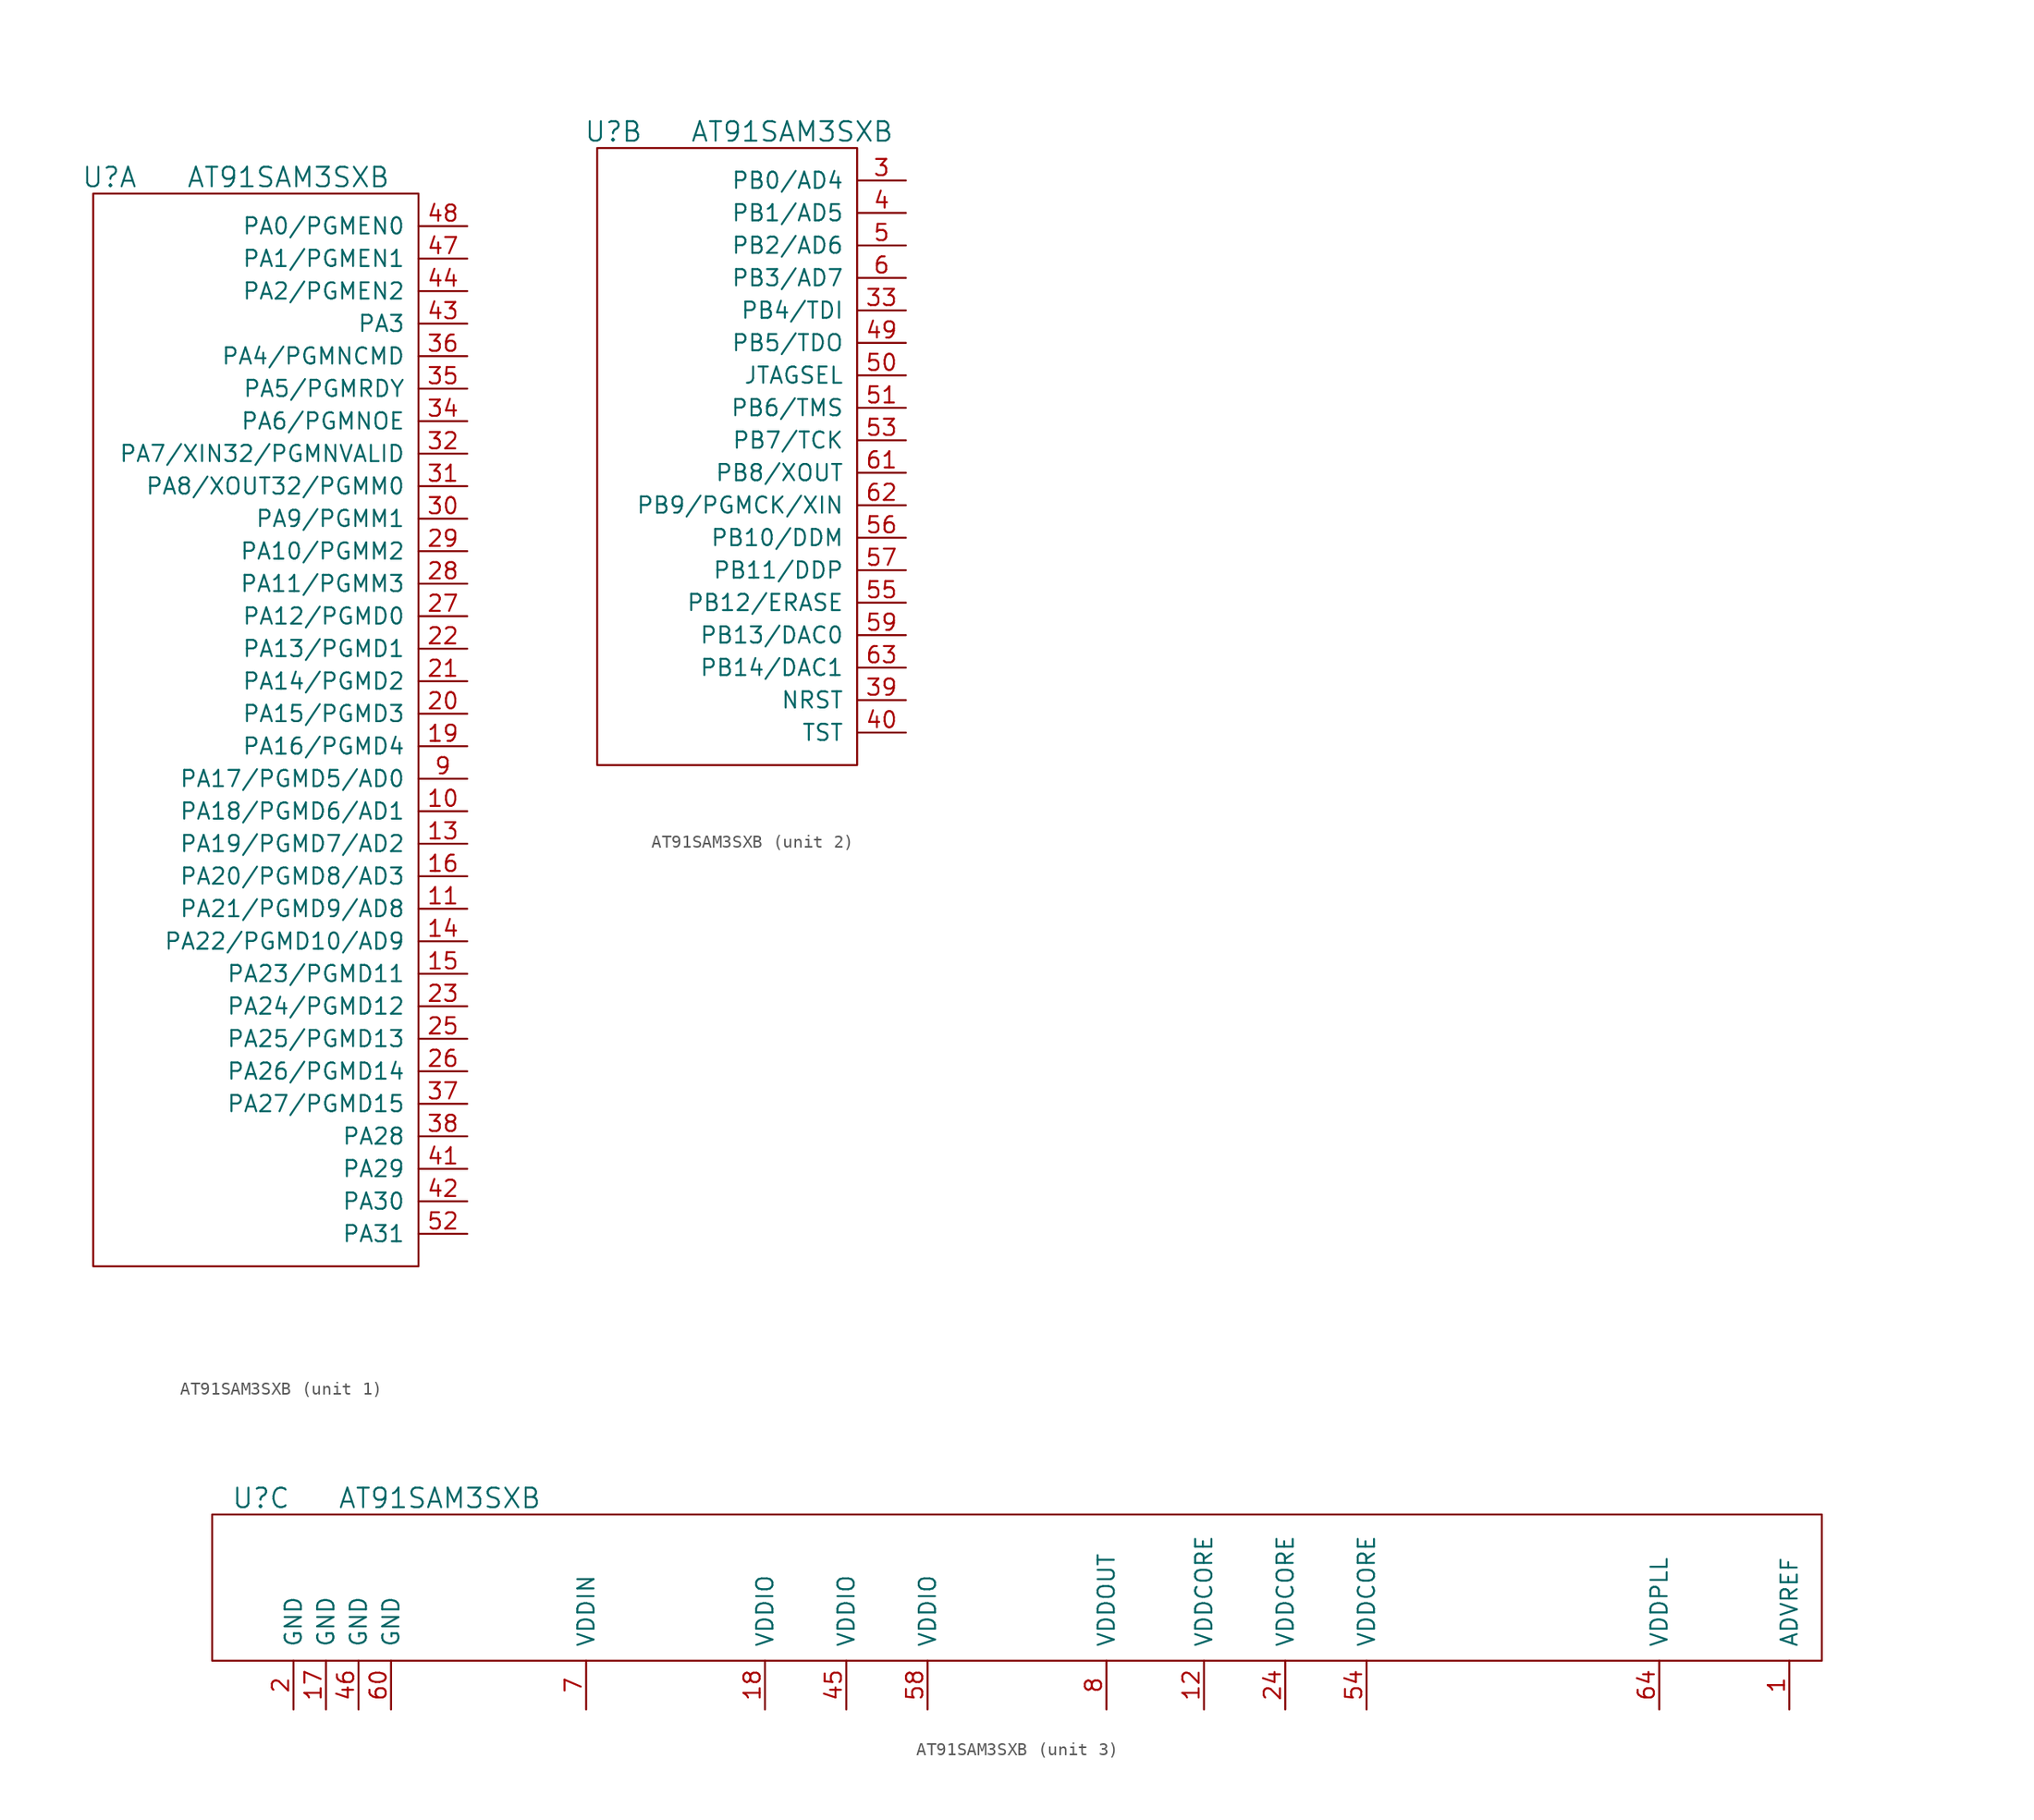
<source format=kicad_sym>
(kicad_symbol_lib
  (version 20211014)
  (generator kicad_symbol_editor)
  (symbol "AT91SAM3SXB"
    (pin_names
      (offset 1.016))
    (property "Reference" "U"
      (at 1.27 1.27 0)
      (effects (font (size 1.524 1.524))))
    (property "Value" "AT91SAM3SXB"
      (at 15.24 1.27 0)
      (effects (font (size 1.524 1.524))))
    (property "Footprint" ""
      (at 0 0 0)
      (effects (font (size 1.524 1.524))))
    (property "Datasheet" ""
      (at 0 0 0)
      (effects (font (size 1.524 1.524))))
    (symbol "AT91SAM3SXB_1_1"
      (rectangle (start 25.4 0) (end 0 -83.82) (stroke (width 0) (type default) (color 0 0 0 0)) (fill (type none)))
      (pin passive line (at 29.21 -48.26 180) (length 3.81) (name "PA18/PGMD6/AD1" (effects (font (size 1.27 1.27)))) (number "10" (effects (font (size 1.27 1.27)))))
      (pin passive line (at 29.21 -55.88 180) (length 3.81) (name "PA21/PGMD9/AD8" (effects (font (size 1.27 1.27)))) (number "11" (effects (font (size 1.27 1.27)))))
      (pin passive line (at 29.21 -50.8 180) (length 3.81) (name "PA19/PGMD7/AD2" (effects (font (size 1.27 1.27)))) (number "13" (effects (font (size 1.27 1.27)))))
      (pin passive line (at 29.21 -58.42 180) (length 3.81) (name "PA22/PGMD10/AD9" (effects (font (size 1.27 1.27)))) (number "14" (effects (font (size 1.27 1.27)))))
      (pin passive line (at 29.21 -60.96 180) (length 3.81) (name "PA23/PGMD11" (effects (font (size 1.27 1.27)))) (number "15" (effects (font (size 1.27 1.27)))))
      (pin passive line (at 29.21 -53.34 180) (length 3.81) (name "PA20/PGMD8/AD3" (effects (font (size 1.27 1.27)))) (number "16" (effects (font (size 1.27 1.27)))))
      (pin passive line (at 29.21 -43.18 180) (length 3.81) (name "PA16/PGMD4" (effects (font (size 1.27 1.27)))) (number "19" (effects (font (size 1.27 1.27)))))
      (pin passive line (at 29.21 -40.64 180) (length 3.81) (name "PA15/PGMD3" (effects (font (size 1.27 1.27)))) (number "20" (effects (font (size 1.27 1.27)))))
      (pin passive line (at 29.21 -38.1 180) (length 3.81) (name "PA14/PGMD2" (effects (font (size 1.27 1.27)))) (number "21" (effects (font (size 1.27 1.27)))))
      (pin passive line (at 29.21 -35.56 180) (length 3.81) (name "PA13/PGMD1" (effects (font (size 1.27 1.27)))) (number "22" (effects (font (size 1.27 1.27)))))
      (pin passive line (at 29.21 -63.5 180) (length 3.81) (name "PA24/PGMD12" (effects (font (size 1.27 1.27)))) (number "23" (effects (font (size 1.27 1.27)))))
      (pin passive line (at 29.21 -66.04 180) (length 3.81) (name "PA25/PGMD13" (effects (font (size 1.27 1.27)))) (number "25" (effects (font (size 1.27 1.27)))))
      (pin passive line (at 29.21 -68.58 180) (length 3.81) (name "PA26/PGMD14" (effects (font (size 1.27 1.27)))) (number "26" (effects (font (size 1.27 1.27)))))
      (pin passive line (at 29.21 -33.02 180) (length 3.81) (name "PA12/PGMD0" (effects (font (size 1.27 1.27)))) (number "27" (effects (font (size 1.27 1.27)))))
      (pin passive line (at 29.21 -30.48 180) (length 3.81) (name "PA11/PGMM3" (effects (font (size 1.27 1.27)))) (number "28" (effects (font (size 1.27 1.27)))))
      (pin passive line (at 29.21 -27.94 180) (length 3.81) (name "PA10/PGMM2" (effects (font (size 1.27 1.27)))) (number "29" (effects (font (size 1.27 1.27)))))
      (pin passive line (at 29.21 -25.4 180) (length 3.81) (name "PA9/PGMM1" (effects (font (size 1.27 1.27)))) (number "30" (effects (font (size 1.27 1.27)))))
      (pin passive line (at 29.21 -22.86 180) (length 3.81) (name "PA8/XOUT32/PGMM0" (effects (font (size 1.27 1.27)))) (number "31" (effects (font (size 1.27 1.27)))))
      (pin passive line (at 29.21 -20.32 180) (length 3.81) (name "PA7/XIN32/PGMNVALID" (effects (font (size 1.27 1.27)))) (number "32" (effects (font (size 1.27 1.27)))))
      (pin passive line (at 29.21 -17.78 180) (length 3.81) (name "PA6/PGMNOE" (effects (font (size 1.27 1.27)))) (number "34" (effects (font (size 1.27 1.27)))))
      (pin passive line (at 29.21 -15.24 180) (length 3.81) (name "PA5/PGMRDY" (effects (font (size 1.27 1.27)))) (number "35" (effects (font (size 1.27 1.27)))))
      (pin passive line (at 29.21 -12.7 180) (length 3.81) (name "PA4/PGMNCMD" (effects (font (size 1.27 1.27)))) (number "36" (effects (font (size 1.27 1.27)))))
      (pin passive line (at 29.21 -71.12 180) (length 3.81) (name "PA27/PGMD15" (effects (font (size 1.27 1.27)))) (number "37" (effects (font (size 1.27 1.27)))))
      (pin passive line (at 29.21 -73.66 180) (length 3.81) (name "PA28" (effects (font (size 1.27 1.27)))) (number "38" (effects (font (size 1.27 1.27)))))
      (pin passive line (at 29.21 -76.2 180) (length 3.81) (name "PA29" (effects (font (size 1.27 1.27)))) (number "41" (effects (font (size 1.27 1.27)))))
      (pin passive line (at 29.21 -78.74 180) (length 3.81) (name "PA30" (effects (font (size 1.27 1.27)))) (number "42" (effects (font (size 1.27 1.27)))))
      (pin passive line (at 29.21 -10.16 180) (length 3.81) (name "PA3" (effects (font (size 1.27 1.27)))) (number "43" (effects (font (size 1.27 1.27)))))
      (pin passive line (at 29.21 -7.62 180) (length 3.81) (name "PA2/PGMEN2" (effects (font (size 1.27 1.27)))) (number "44" (effects (font (size 1.27 1.27)))))
      (pin passive line (at 29.21 -5.08 180) (length 3.81) (name "PA1/PGMEN1" (effects (font (size 1.27 1.27)))) (number "47" (effects (font (size 1.27 1.27)))))
      (pin passive line (at 29.21 -2.54 180) (length 3.81) (name "PA0/PGMEN0" (effects (font (size 1.27 1.27)))) (number "48" (effects (font (size 1.27 1.27)))))
      (pin passive line (at 29.21 -81.28 180) (length 3.81) (name "PA31" (effects (font (size 1.27 1.27)))) (number "52" (effects (font (size 1.27 1.27)))))
      (pin passive line (at 29.21 -45.72 180) (length 3.81) (name "PA17/PGMD5/AD0" (effects (font (size 1.27 1.27)))) (number "9" (effects (font (size 1.27 1.27))))))
    (symbol "AT91SAM3SXB_2_1"
      (rectangle (start 20.32 0) (end 0 -48.26) (stroke (width 0) (type default) (color 0 0 0 0)) (fill (type none)))
      (pin passive line (at 24.13 -2.54 180) (length 3.81) (name "PB0/AD4" (effects (font (size 1.27 1.27)))) (number "3" (effects (font (size 1.27 1.27)))))
      (pin passive line (at 24.13 -12.7 180) (length 3.81) (name "PB4/TDI" (effects (font (size 1.27 1.27)))) (number "33" (effects (font (size 1.27 1.27)))))
      (pin passive line (at 24.13 -43.18 180) (length 3.81) (name "NRST" (effects (font (size 1.27 1.27)))) (number "39" (effects (font (size 1.27 1.27)))))
      (pin passive line (at 24.13 -5.08 180) (length 3.81) (name "PB1/AD5" (effects (font (size 1.27 1.27)))) (number "4" (effects (font (size 1.27 1.27)))))
      (pin passive line (at 24.13 -45.72 180) (length 3.81) (name "TST" (effects (font (size 1.27 1.27)))) (number "40" (effects (font (size 1.27 1.27)))))
      (pin passive line (at 24.13 -15.24 180) (length 3.81) (name "PB5/TDO" (effects (font (size 1.27 1.27)))) (number "49" (effects (font (size 1.27 1.27)))))
      (pin passive line (at 24.13 -7.62 180) (length 3.81) (name "PB2/AD6" (effects (font (size 1.27 1.27)))) (number "5" (effects (font (size 1.27 1.27)))))
      (pin passive line (at 24.13 -17.78 180) (length 3.81) (name "JTAGSEL" (effects (font (size 1.27 1.27)))) (number "50" (effects (font (size 1.27 1.27)))))
      (pin passive line (at 24.13 -20.32 180) (length 3.81) (name "PB6/TMS" (effects (font (size 1.27 1.27)))) (number "51" (effects (font (size 1.27 1.27)))))
      (pin passive line (at 24.13 -22.86 180) (length 3.81) (name "PB7/TCK" (effects (font (size 1.27 1.27)))) (number "53" (effects (font (size 1.27 1.27)))))
      (pin passive line (at 24.13 -35.56 180) (length 3.81) (name "PB12/ERASE" (effects (font (size 1.27 1.27)))) (number "55" (effects (font (size 1.27 1.27)))))
      (pin passive line (at 24.13 -30.48 180) (length 3.81) (name "PB10/DDM" (effects (font (size 1.27 1.27)))) (number "56" (effects (font (size 1.27 1.27)))))
      (pin passive line (at 24.13 -33.02 180) (length 3.81) (name "PB11/DDP" (effects (font (size 1.27 1.27)))) (number "57" (effects (font (size 1.27 1.27)))))
      (pin passive line (at 24.13 -38.1 180) (length 3.81) (name "PB13/DAC0" (effects (font (size 1.27 1.27)))) (number "59" (effects (font (size 1.27 1.27)))))
      (pin passive line (at 24.13 -10.16 180) (length 3.81) (name "PB3/AD7" (effects (font (size 1.27 1.27)))) (number "6" (effects (font (size 1.27 1.27)))))
      (pin passive line (at 24.13 -25.4 180) (length 3.81) (name "PB8/XOUT" (effects (font (size 1.27 1.27)))) (number "61" (effects (font (size 1.27 1.27)))))
      (pin passive line (at 24.13 -27.94 180) (length 3.81) (name "PB9/PGMCK/XIN" (effects (font (size 1.27 1.27)))) (number "62" (effects (font (size 1.27 1.27)))))
      (pin passive line (at 24.13 -40.64 180) (length 3.81) (name "PB14/DAC1" (effects (font (size 1.27 1.27)))) (number "63" (effects (font (size 1.27 1.27))))))
    (symbol "AT91SAM3SXB_3_1"
      (rectangle (start -2.54 0) (end 123.19 -11.43) (stroke (width 0) (type default) (color 0 0 0 0)) (fill (type none)))
      (pin passive line (at 120.65 -15.24 90) (length 3.81) (name "ADVREF" (effects (font (size 1.27 1.27)))) (number "1" (effects (font (size 1.27 1.27)))))
      (pin passive line (at 74.93 -15.24 90) (length 3.81) (name "VDDCORE" (effects (font (size 1.27 1.27)))) (number "12" (effects (font (size 1.27 1.27)))))
      (pin passive line (at 6.35 -15.24 90) (length 3.81) (name "GND" (effects (font (size 1.27 1.27)))) (number "17" (effects (font (size 1.27 1.27)))))
      (pin passive line (at 40.64 -15.24 90) (length 3.81) (name "VDDIO" (effects (font (size 1.27 1.27)))) (number "18" (effects (font (size 1.27 1.27)))))
      (pin passive line (at 3.81 -15.24 90) (length 3.81) (name "GND" (effects (font (size 1.27 1.27)))) (number "2" (effects (font (size 1.27 1.27)))))
      (pin passive line (at 81.28 -15.24 90) (length 3.81) (name "VDDCORE" (effects (font (size 1.27 1.27)))) (number "24" (effects (font (size 1.27 1.27)))))
      (pin passive line (at 46.99 -15.24 90) (length 3.81) (name "VDDIO" (effects (font (size 1.27 1.27)))) (number "45" (effects (font (size 1.27 1.27)))))
      (pin passive line (at 8.89 -15.24 90) (length 3.81) (name "GND" (effects (font (size 1.27 1.27)))) (number "46" (effects (font (size 1.27 1.27)))))
      (pin passive line (at 87.63 -15.24 90) (length 3.81) (name "VDDCORE" (effects (font (size 1.27 1.27)))) (number "54" (effects (font (size 1.27 1.27)))))
      (pin passive line (at 53.34 -15.24 90) (length 3.81) (name "VDDIO" (effects (font (size 1.27 1.27)))) (number "58" (effects (font (size 1.27 1.27)))))
      (pin passive line (at 11.43 -15.24 90) (length 3.81) (name "GND" (effects (font (size 1.27 1.27)))) (number "60" (effects (font (size 1.27 1.27)))))
      (pin passive line (at 110.49 -15.24 90) (length 3.81) (name "VDDPLL" (effects (font (size 1.27 1.27)))) (number "64" (effects (font (size 1.27 1.27)))))
      (pin passive line (at 26.67 -15.24 90) (length 3.81) (name "VDDIN" (effects (font (size 1.27 1.27)))) (number "7" (effects (font (size 1.27 1.27)))))
      (pin passive line (at 67.31 -15.24 90) (length 3.81) (name "VDDOUT" (effects (font (size 1.27 1.27)))) (number "8" (effects (font (size 1.27 1.27))))))))
</source>
